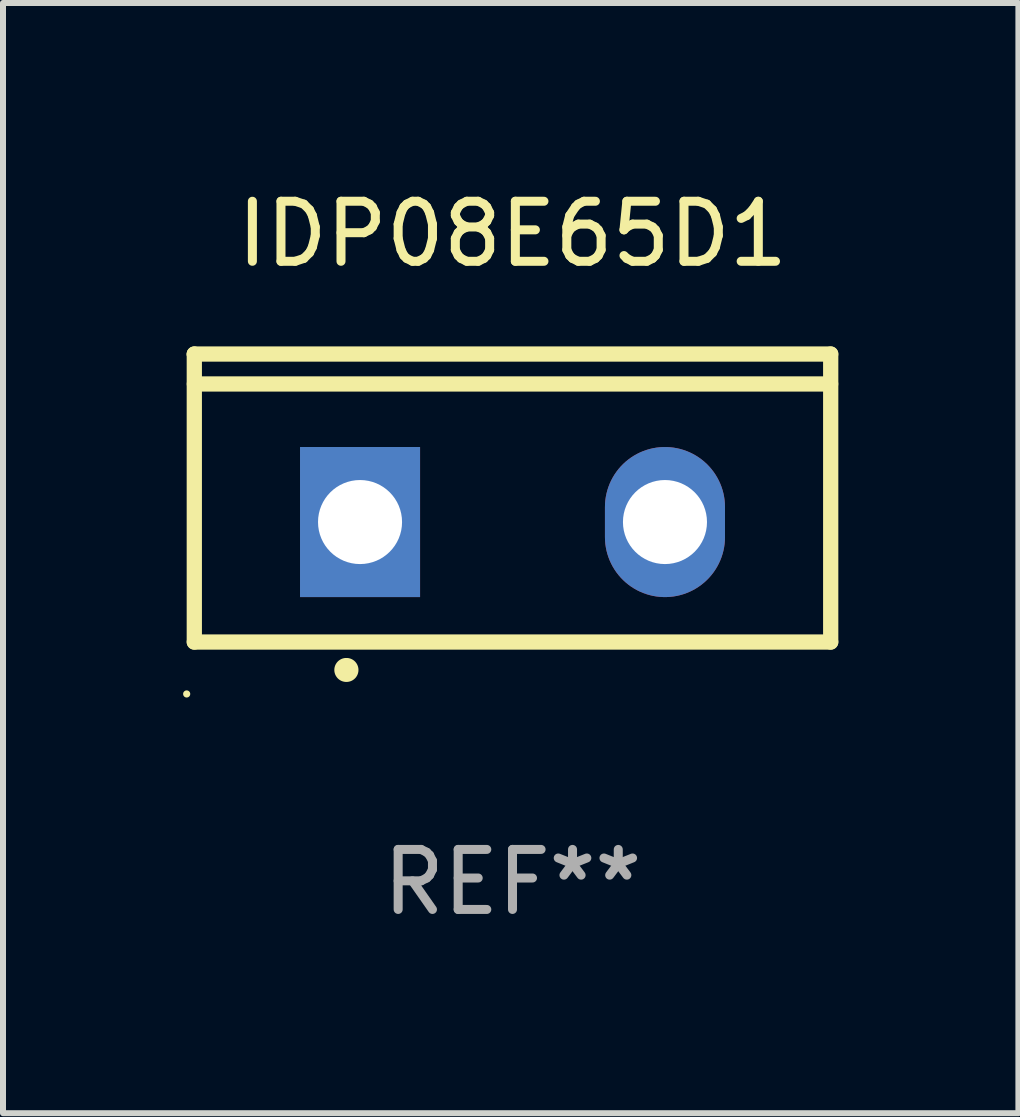
<source format=kicad_pcb>
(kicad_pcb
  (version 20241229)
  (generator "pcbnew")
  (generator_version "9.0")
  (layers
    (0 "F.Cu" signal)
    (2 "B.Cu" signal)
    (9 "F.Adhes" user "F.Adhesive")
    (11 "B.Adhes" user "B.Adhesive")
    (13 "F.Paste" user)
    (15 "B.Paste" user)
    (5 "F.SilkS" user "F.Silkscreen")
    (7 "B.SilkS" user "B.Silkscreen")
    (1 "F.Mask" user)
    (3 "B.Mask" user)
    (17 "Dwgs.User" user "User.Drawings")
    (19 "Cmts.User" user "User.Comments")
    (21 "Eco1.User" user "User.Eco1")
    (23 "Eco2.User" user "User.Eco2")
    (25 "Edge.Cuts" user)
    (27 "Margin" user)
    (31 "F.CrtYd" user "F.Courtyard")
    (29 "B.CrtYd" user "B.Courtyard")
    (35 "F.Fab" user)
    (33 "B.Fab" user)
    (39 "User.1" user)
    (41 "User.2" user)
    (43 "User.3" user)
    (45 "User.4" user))
  (footprint "IDP08E65D1"
    (layer "F.Cu")
    (at 5.488 5.247)
    (property "Reference" "IDP08E65D1" (at 0 -4.399 0) (layer "F.SilkS") (effects (font (size 1 1) (thickness 0.15))))
    (attr through_hole)
    (fp_line (start -5.301 -2.399) (end 5.301 -2.399) (stroke (width 0.254) (type solid)) (layer "F.SilkS"))
    (fp_line (start -5.301 -2.394) (end -5.301 -2.399) (stroke (width 0.254) (type solid)) (layer "F.SilkS"))
    (fp_line (start -5.301 2.399) (end -5.301 -2.394) (stroke (width 0.254) (type solid)) (layer "F.SilkS"))
    (fp_line (start 5.3 -1.9) (end -5.3 -1.9) (stroke (width 0.254) (type solid)) (layer "F.SilkS"))
    (fp_line (start 5.301 -2.399) (end 5.301 2.399) (stroke (width 0.254) (type solid)) (layer "F.SilkS"))
    (fp_line (start 5.301 2.399) (end -5.301 2.399) (stroke (width 0.254) (type solid)) (layer "F.SilkS"))
    (fp_arc (start -2.768606 2.863843) (mid -2.767336 2.863839) (end -2.766066 2.863843) (stroke (width 0.4) (type solid)) (layer "F.SilkS"))
    (fp_circle (center -5.428 3.264) (end -5.398 3.264) (stroke (width 0.06) (type solid)) (fill no) (layer "F.SilkS"))
    (fp_text user "REF**" (at 0 6.399 0) (layer "F.Fab") (effects (font (size 1 1) (thickness 0.15))))
    (pad "1" thru_hole rect (at -2.54 0.4) (size 2 2.5) (drill 1.4) (layers "*.Cu" "*.Mask"))
    (pad "2" thru_hole oval (at 2.54 0.4) (size 2 2.5) (drill 1.4) (layers "*.Cu" "*.Mask")))
  (gr_rect
    (start -3 -3)
    (end 13.916 15.495)
    (stroke (width 0.1) (type default))
    (fill no)
    (layer "Edge.Cuts")))
</source>
